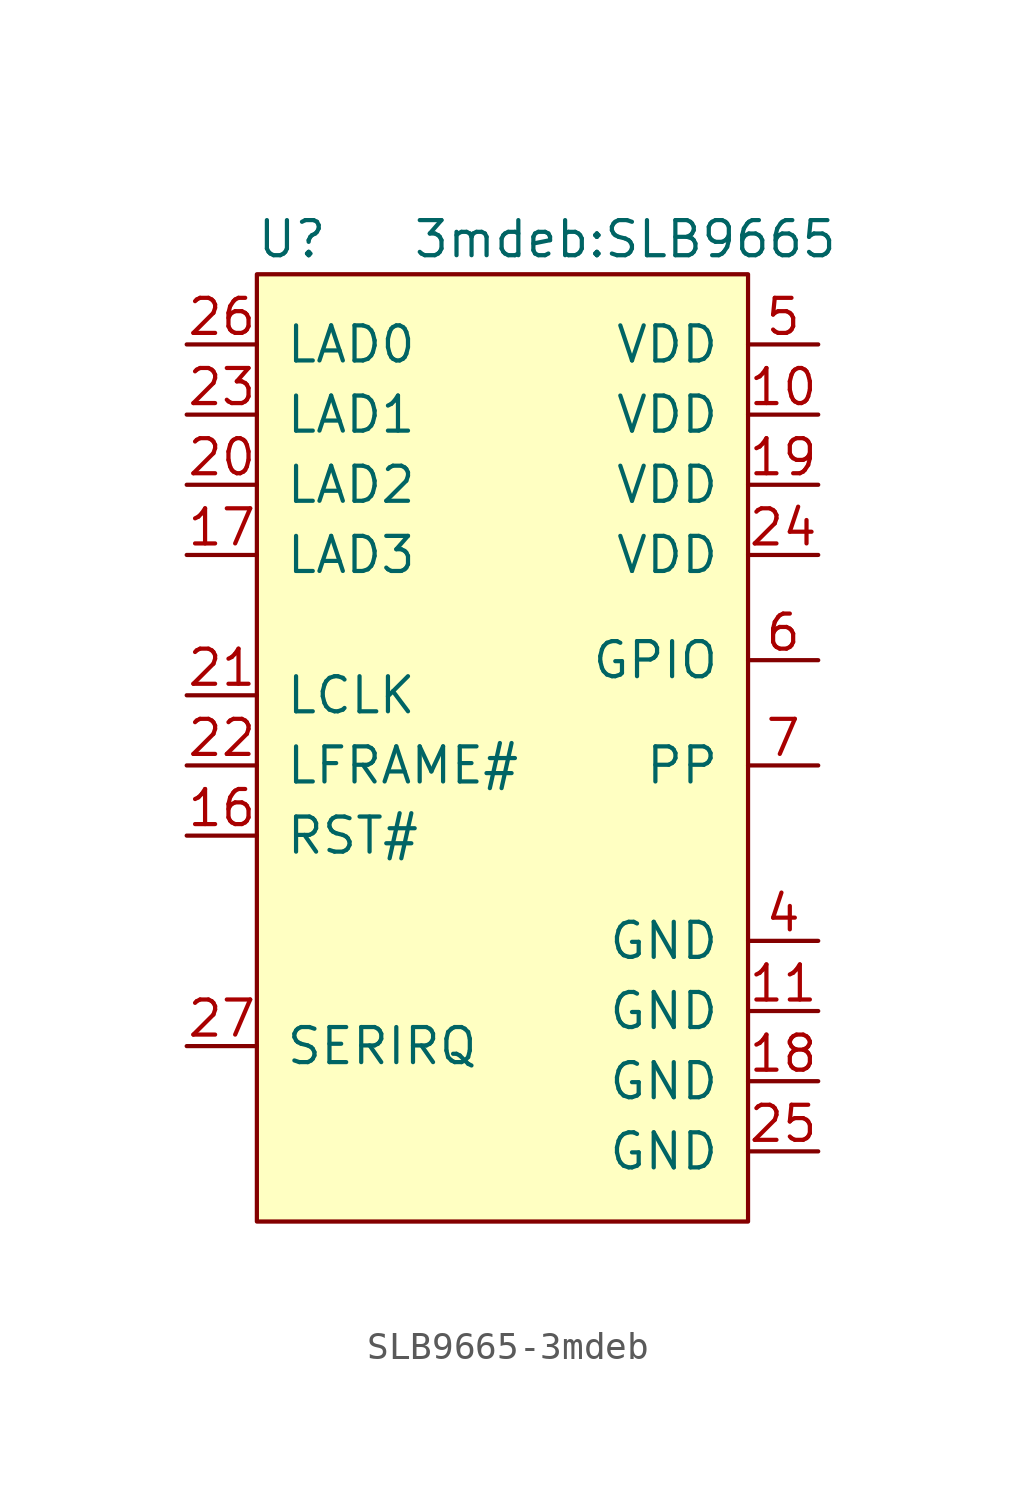
<source format=kicad_sym>
(kicad_symbol_lib
  (version 20220914)
  (generator kicad_symbol_editor)
  (symbol "SLB9665-3mdeb"
    (pin_names
      (offset 1.016))
    (property "Reference" "U"
      (at -7.62 17.78 0)
      (effects (font (size 1.27 1.27))))
    (property "Value" "3mdeb:SLB9665"
      (at 4.445 17.78 0)
      (effects (font (size 1.27 1.27))))
    (symbol "SLB9665-3mdeb_0_1"
      (rectangle (start -8.89 16.51) (end 8.89 -17.78) (stroke (width 0) (type solid)) (fill (type background))))
    (symbol "SLB9665-3mdeb_1_1"
      (pin input line (at 11.43 11.43 180) (length 2.54) (name "VDD" (effects (font (size 1.27 1.27)))) (number "10" (effects (font (size 1.27 1.27)))))
      (pin power_out line (at 11.43 -10.16 180) (length 2.54) (name "GND" (effects (font (size 1.27 1.27)))) (number "11" (effects (font (size 1.27 1.27)))))
      (pin input line (at -11.43 -3.81 0) (length 2.54) (name "RST#" (effects (font (size 1.27 1.27)))) (number "16" (effects (font (size 1.27 1.27)))))
      (pin bidirectional line (at -11.43 6.35 0) (length 2.54) (name "LAD3" (effects (font (size 1.27 1.27)))) (number "17" (effects (font (size 1.27 1.27)))))
      (pin power_out line (at 11.43 -12.7 180) (length 2.54) (name "GND" (effects (font (size 1.27 1.27)))) (number "18" (effects (font (size 1.27 1.27)))))
      (pin input line (at 11.43 8.89 180) (length 2.54) (name "VDD" (effects (font (size 1.27 1.27)))) (number "19" (effects (font (size 1.27 1.27)))))
      (pin bidirectional line (at -11.43 8.89 0) (length 2.54) (name "LAD2" (effects (font (size 1.27 1.27)))) (number "20" (effects (font (size 1.27 1.27)))))
      (pin input line (at -11.43 1.27 0) (length 2.54) (name "LCLK" (effects (font (size 1.27 1.27)))) (number "21" (effects (font (size 1.27 1.27)))))
      (pin input line (at -11.43 -1.27 0) (length 2.54) (name "LFRAME#" (effects (font (size 1.27 1.27)))) (number "22" (effects (font (size 1.27 1.27)))))
      (pin bidirectional line (at -11.43 11.43 0) (length 2.54) (name "LAD1" (effects (font (size 1.27 1.27)))) (number "23" (effects (font (size 1.27 1.27)))))
      (pin input line (at 11.43 6.35 180) (length 2.54) (name "VDD" (effects (font (size 1.27 1.27)))) (number "24" (effects (font (size 1.27 1.27)))))
      (pin power_out line (at 11.43 -15.24 180) (length 2.54) (name "GND" (effects (font (size 1.27 1.27)))) (number "25" (effects (font (size 1.27 1.27)))))
      (pin bidirectional line (at -11.43 13.97 0) (length 2.54) (name "LAD0" (effects (font (size 1.27 1.27)))) (number "26" (effects (font (size 1.27 1.27)))))
      (pin bidirectional line (at -11.43 -11.43 0) (length 2.54) (name "SERIRQ" (effects (font (size 1.27 1.27)))) (number "27" (effects (font (size 1.27 1.27)))))
      (pin power_out line (at 11.43 -7.62 180) (length 2.54) (name "GND" (effects (font (size 1.27 1.27)))) (number "4" (effects (font (size 1.27 1.27)))))
      (pin input line (at 11.43 13.97 180) (length 2.54) (name "VDD" (effects (font (size 1.27 1.27)))) (number "5" (effects (font (size 1.27 1.27)))))
      (pin bidirectional line (at 11.43 2.54 180) (length 2.54) (name "GPIO" (effects (font (size 1.27 1.27)))) (number "6" (effects (font (size 1.27 1.27)))))
      (pin input line (at 11.43 -1.27 180) (length 2.54) (name "PP" (effects (font (size 1.27 1.27)))) (number "7" (effects (font (size 1.27 1.27))))))))
</source>
